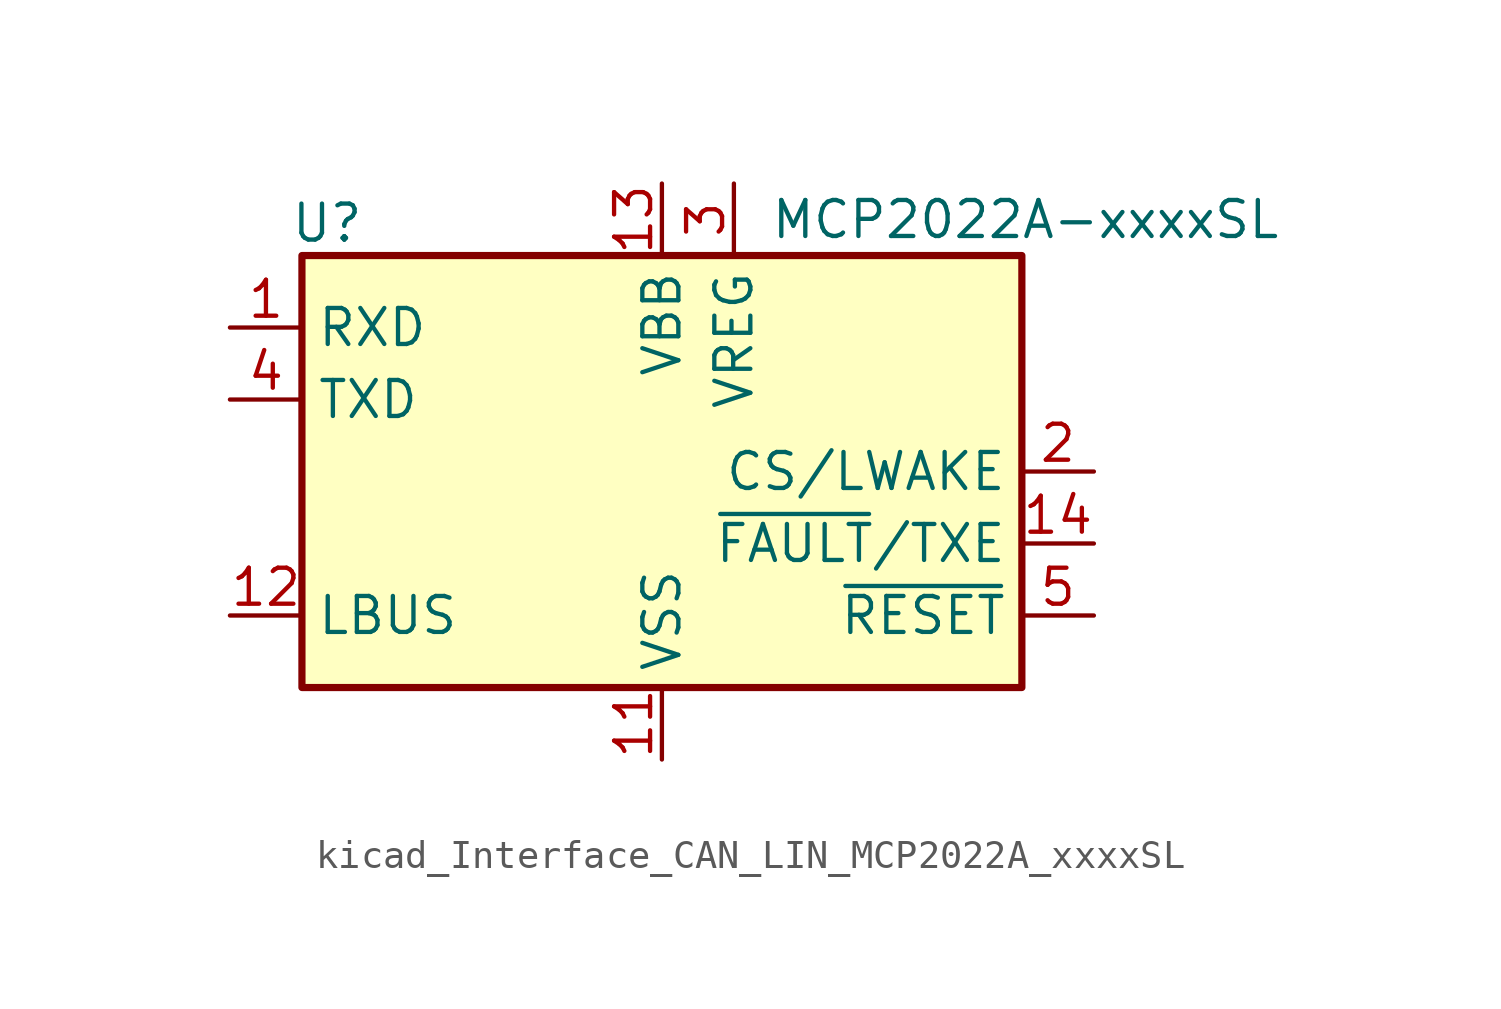
<source format=kicad_sym>
(kicad_symbol_lib
  (version 20220914)
  (generator kicad_symbol_editor)
  (symbol "kicad_Interface_CAN_LIN_MCP2022A_xxxxSL"
    (property "Reference" "U"
      (at -11.811 8.763 0)
      (effects (font (size 1.27 1.27))))
    (property "Value" "MCP2022A-xxxxSL"
      (at 3.81 8.89 0)
      (effects (font (size 1.27 1.27)) (justify left)))
    (symbol "kicad_Interface_CAN_LIN_MCP2022A_xxxxSL_0_1"
      (rectangle (start -12.7 7.62) (end 12.7 -7.62) (stroke (width 0.254) (type default)) (fill (type background))))
    (symbol "kicad_Interface_CAN_LIN_MCP2022A_xxxxSL_1_1"
      (pin output line (at -15.24 5.08 0) (length 2.54) (name "RXD" (effects (font (size 1.27 1.27)))) (number "1" (effects (font (size 1.27 1.27)))))
      (pin no_connect line (at -10.16 -7.62 90) (length 2.54) hide (name "NC" (effects (font (size 1.27 1.27)))) (number "10" (effects (font (size 1.27 1.27)))))
      (pin power_in line (at 0 -10.16 90) (length 2.54) (name "VSS" (effects (font (size 1.27 1.27)))) (number "11" (effects (font (size 1.27 1.27)))))
      (pin open_collector line (at -15.24 -5.08 0) (length 2.54) (name "LBUS" (effects (font (size 1.27 1.27)))) (number "12" (effects (font (size 1.27 1.27)))))
      (pin power_in line (at 0 10.16 270) (length 2.54) (name "VBB" (effects (font (size 1.27 1.27)))) (number "13" (effects (font (size 1.27 1.27)))))
      (pin open_collector line (at 15.24 -2.54 180) (length 2.54) (name "~{FAULT}/TXE" (effects (font (size 1.27 1.27)))) (number "14" (effects (font (size 1.27 1.27)))))
      (pin input line (at 15.24 0 180) (length 2.54) (name "CS/LWAKE" (effects (font (size 1.27 1.27)))) (number "2" (effects (font (size 1.27 1.27)))))
      (pin power_out line (at 2.54 10.16 270) (length 2.54) (name "VREG" (effects (font (size 1.27 1.27)))) (number "3" (effects (font (size 1.27 1.27)))))
      (pin input line (at -15.24 2.54 0) (length 2.54) (name "TXD" (effects (font (size 1.27 1.27)))) (number "4" (effects (font (size 1.27 1.27)))))
      (pin output line (at 15.24 -5.08 180) (length 2.54) (name "~{RESET}" (effects (font (size 1.27 1.27)))) (number "5" (effects (font (size 1.27 1.27)))))
      (pin no_connect line (at 2.54 -7.62 90) (length 2.54) hide (name "NC" (effects (font (size 1.27 1.27)))) (number "6" (effects (font (size 1.27 1.27)))))
      (pin no_connect line (at -2.54 -7.62 90) (length 2.54) hide (name "NC" (effects (font (size 1.27 1.27)))) (number "7" (effects (font (size 1.27 1.27)))))
      (pin no_connect line (at -5.08 -7.62 90) (length 2.54) hide (name "NC" (effects (font (size 1.27 1.27)))) (number "8" (effects (font (size 1.27 1.27)))))
      (pin no_connect line (at -7.62 -7.62 90) (length 2.54) hide (name "NC" (effects (font (size 1.27 1.27)))) (number "9" (effects (font (size 1.27 1.27))))))))
</source>
